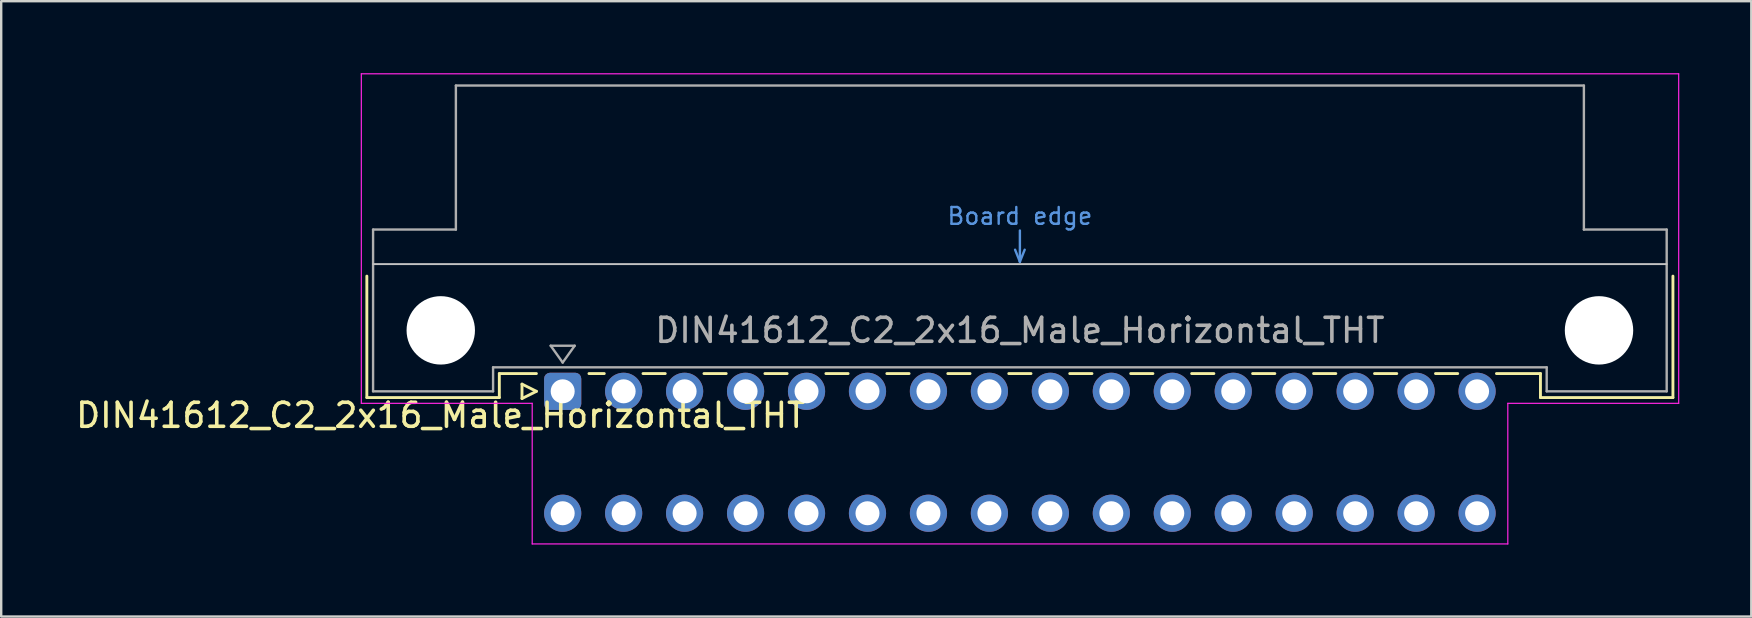
<source format=kicad_pcb>
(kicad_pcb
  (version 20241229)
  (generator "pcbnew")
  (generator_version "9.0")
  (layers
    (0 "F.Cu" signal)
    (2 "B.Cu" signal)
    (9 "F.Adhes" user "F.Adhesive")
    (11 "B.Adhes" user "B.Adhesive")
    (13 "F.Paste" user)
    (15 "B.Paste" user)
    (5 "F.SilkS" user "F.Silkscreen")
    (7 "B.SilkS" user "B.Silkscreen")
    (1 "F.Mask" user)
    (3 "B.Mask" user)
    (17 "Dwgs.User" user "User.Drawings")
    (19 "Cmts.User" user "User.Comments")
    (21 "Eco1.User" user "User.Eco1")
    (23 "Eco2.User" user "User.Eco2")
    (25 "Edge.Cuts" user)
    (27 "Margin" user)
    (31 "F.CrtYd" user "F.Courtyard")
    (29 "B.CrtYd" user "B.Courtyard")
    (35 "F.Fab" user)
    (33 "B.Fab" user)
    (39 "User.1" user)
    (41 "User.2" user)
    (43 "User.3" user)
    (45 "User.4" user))
  (footprint "DIN41612_C2_2x16_Male_Horizontal_THT"
    (layer "F.Cu")
    (at 20.395 13.255)
    (property "Reference" "DIN41612_C2_2x16_Male_Horizontal_THT" (at -5.08 1 0) (layer "F.SilkS") (effects (font (size 1 1) (thickness 0.15))))
    (attr through_hole)
    (fp_line (start -8.16 -4.8) (end -8.16 0.26) (stroke (width 0.12) (type solid)) (layer "F.SilkS"))
    (fp_line (start -8.16 0.26) (end -2.64 0.26) (stroke (width 0.12) (type solid)) (layer "F.SilkS"))
    (fp_line (start -2.64 -0.74) (end -1.095 -0.74) (stroke (width 0.12) (type solid)) (layer "F.SilkS"))
    (fp_line (start -2.64 0.26) (end -2.64 -0.74) (stroke (width 0.12) (type solid)) (layer "F.SilkS"))
    (fp_line (start -1.695 -0.3) (end -1.695 0.3) (stroke (width 0.12) (type solid)) (layer "F.SilkS"))
    (fp_line (start -1.695 0.3) (end -1.095 0) (stroke (width 0.12) (type solid)) (layer "F.SilkS"))
    (fp_line (start -1.095 0) (end -1.695 -0.3) (stroke (width 0.12) (type solid)) (layer "F.SilkS"))
    (fp_line (start 1.095 -0.74) (end 1.733 -0.74) (stroke (width 0.12) (type solid)) (layer "F.SilkS"))
    (fp_line (start 3.347 -0.74) (end 4.273 -0.74) (stroke (width 0.12) (type solid)) (layer "F.SilkS"))
    (fp_line (start 5.887 -0.74) (end 6.813 -0.74) (stroke (width 0.12) (type solid)) (layer "F.SilkS"))
    (fp_line (start 8.427 -0.74) (end 9.353 -0.74) (stroke (width 0.12) (type solid)) (layer "F.SilkS"))
    (fp_line (start 10.967 -0.74) (end 11.893 -0.74) (stroke (width 0.12) (type solid)) (layer "F.SilkS"))
    (fp_line (start 13.507 -0.74) (end 14.433 -0.74) (stroke (width 0.12) (type solid)) (layer "F.SilkS"))
    (fp_line (start 16.047 -0.74) (end 16.973 -0.74) (stroke (width 0.12) (type solid)) (layer "F.SilkS"))
    (fp_line (start 18.587 -0.74) (end 19.513 -0.74) (stroke (width 0.12) (type solid)) (layer "F.SilkS"))
    (fp_line (start 21.127 -0.74) (end 22.053 -0.74) (stroke (width 0.12) (type solid)) (layer "F.SilkS"))
    (fp_line (start 23.667 -0.74) (end 24.593 -0.74) (stroke (width 0.12) (type solid)) (layer "F.SilkS"))
    (fp_line (start 26.207 -0.74) (end 27.133 -0.74) (stroke (width 0.12) (type solid)) (layer "F.SilkS"))
    (fp_line (start 28.747 -0.74) (end 29.673 -0.74) (stroke (width 0.12) (type solid)) (layer "F.SilkS"))
    (fp_line (start 31.287 -0.74) (end 32.213 -0.74) (stroke (width 0.12) (type solid)) (layer "F.SilkS"))
    (fp_line (start 33.827 -0.74) (end 34.753 -0.74) (stroke (width 0.12) (type solid)) (layer "F.SilkS"))
    (fp_line (start 36.367 -0.74) (end 37.293 -0.74) (stroke (width 0.12) (type solid)) (layer "F.SilkS"))
    (fp_line (start 38.907 -0.74) (end 40.74 -0.74) (stroke (width 0.12) (type solid)) (layer "F.SilkS"))
    (fp_line (start 40.74 0.26) (end 40.74 -0.74) (stroke (width 0.12) (type solid)) (layer "F.SilkS"))
    (fp_line (start 46.26 -4.8) (end 46.26 0.26) (stroke (width 0.12) (type solid)) (layer "F.SilkS"))
    (fp_line (start 46.26 0.26) (end 40.74 0.26) (stroke (width 0.12) (type solid)) (layer "F.SilkS"))
    (fp_line (start -7.9 -5.3) (end 46 -5.3) (stroke (width 0.08) (type solid)) (layer "Dwgs.User"))
    (fp_line (start 18.85 -5.9) (end 19.05 -5.4) (stroke (width 0.1) (type solid)) (layer "Cmts.User"))
    (fp_line (start 19.05 -5.4) (end 19.05 -6.7) (stroke (width 0.1) (type solid)) (layer "Cmts.User"))
    (fp_line (start 19.05 -5.4) (end 19.25 -5.9) (stroke (width 0.1) (type solid)) (layer "Cmts.User"))
    (fp_line (start -8.39 -13.23) (end -8.39 0.5) (stroke (width 0.05) (type solid)) (layer "F.CrtYd"))
    (fp_line (start -8.39 0.5) (end -1.27 0.5) (stroke (width 0.05) (type solid)) (layer "F.CrtYd"))
    (fp_line (start -1.27 0.5) (end -1.27 6.36) (stroke (width 0.05) (type solid)) (layer "F.CrtYd"))
    (fp_line (start -1.27 6.36) (end 39.38 6.36) (stroke (width 0.05) (type solid)) (layer "F.CrtYd"))
    (fp_line (start 39.38 0.5) (end 46.5 0.5) (stroke (width 0.05) (type solid)) (layer "F.CrtYd"))
    (fp_line (start 39.38 6.36) (end 39.38 0.5) (stroke (width 0.05) (type solid)) (layer "F.CrtYd"))
    (fp_line (start 46.5 -13.23) (end -8.39 -13.23) (stroke (width 0.05) (type solid)) (layer "F.CrtYd"))
    (fp_line (start 46.5 0.5) (end 46.5 -13.23) (stroke (width 0.05) (type solid)) (layer "F.CrtYd"))
    (fp_line (start -7.9 -6.74) (end -7.9 0) (stroke (width 0.1) (type solid)) (layer "F.Fab"))
    (fp_line (start -7.9 0) (end -2.9 0) (stroke (width 0.1) (type solid)) (layer "F.Fab"))
    (fp_line (start -4.45 -12.74) (end -4.45 -6.74) (stroke (width 0.1) (type solid)) (layer "F.Fab"))
    (fp_line (start -4.45 -6.74) (end -7.9 -6.74) (stroke (width 0.1) (type solid)) (layer "F.Fab"))
    (fp_line (start -2.9 -1) (end 41 -1) (stroke (width 0.1) (type solid)) (layer "F.Fab"))
    (fp_line (start -2.9 0) (end -2.9 -1) (stroke (width 0.1) (type solid)) (layer "F.Fab"))
    (fp_line (start -0.5 -1.9) (end 0.5 -1.9) (stroke (width 0.1) (type solid)) (layer "F.Fab"))
    (fp_line (start 0 -1.2) (end -0.5 -1.9) (stroke (width 0.1) (type solid)) (layer "F.Fab"))
    (fp_line (start 0.5 -1.9) (end 0 -1.2) (stroke (width 0.1) (type solid)) (layer "F.Fab"))
    (fp_line (start 41 -1) (end 41 0) (stroke (width 0.1) (type solid)) (layer "F.Fab"))
    (fp_line (start 41 0) (end 46 0) (stroke (width 0.1) (type solid)) (layer "F.Fab"))
    (fp_line (start 42.55 -12.74) (end -4.45 -12.74) (stroke (width 0.1) (type solid)) (layer "F.Fab"))
    (fp_line (start 42.55 -6.74) (end 42.55 -12.74) (stroke (width 0.1) (type solid)) (layer "F.Fab"))
    (fp_line (start 46 -6.74) (end 42.55 -6.74) (stroke (width 0.1) (type solid)) (layer "F.Fab"))
    (fp_line (start 46 0) (end 46 -6.74) (stroke (width 0.1) (type solid)) (layer "F.Fab"))
    (fp_text user "Board edge" (at 19.05 -7.3 0) (layer "Cmts.User") (effects (font (size 0.7 0.7) (thickness 0.1))))
    (fp_text user "${REFERENCE}" (at 19.05 -2.54 0) (layer "F.Fab") (effects (font (size 1 1) (thickness 0.15))))
    (pad "" np_thru_hole circle (at -5.08 -2.54) (size 2.85 2.85) (drill 2.85) (layers "*.Cu" "*.Mask"))
    (pad "" np_thru_hole circle (at 43.18 -2.54) (size 2.85 2.85) (drill 2.85) (layers "*.Cu" "*.Mask"))
    (pad "a1" thru_hole roundrect (at 0 0) (size 1.55 1.55) (drill 1) (layers "*.Cu" "*.Mask") (roundrect_rratio 0.161))
    (pad "a2" thru_hole circle (at 2.54 0) (size 1.55 1.55) (drill 1) (layers "*.Cu" "*.Mask"))
    (pad "a3" thru_hole circle (at 5.08 0) (size 1.55 1.55) (drill 1) (layers "*.Cu" "*.Mask"))
    (pad "a4" thru_hole circle (at 7.62 0) (size 1.55 1.55) (drill 1) (layers "*.Cu" "*.Mask"))
    (pad "a5" thru_hole circle (at 10.16 0) (size 1.55 1.55) (drill 1) (layers "*.Cu" "*.Mask"))
    (pad "a6" thru_hole circle (at 12.7 0) (size 1.55 1.55) (drill 1) (layers "*.Cu" "*.Mask"))
    (pad "a7" thru_hole circle (at 15.24 0) (size 1.55 1.55) (drill 1) (layers "*.Cu" "*.Mask"))
    (pad "a8" thru_hole circle (at 17.78 0) (size 1.55 1.55) (drill 1) (layers "*.Cu" "*.Mask"))
    (pad "a9" thru_hole circle (at 20.32 0) (size 1.55 1.55) (drill 1) (layers "*.Cu" "*.Mask"))
    (pad "a10" thru_hole circle (at 22.86 0) (size 1.55 1.55) (drill 1) (layers "*.Cu" "*.Mask"))
    (pad "a11" thru_hole circle (at 25.4 0) (size 1.55 1.55) (drill 1) (layers "*.Cu" "*.Mask"))
    (pad "a12" thru_hole circle (at 27.94 0) (size 1.55 1.55) (drill 1) (layers "*.Cu" "*.Mask"))
    (pad "a13" thru_hole circle (at 30.48 0) (size 1.55 1.55) (drill 1) (layers "*.Cu" "*.Mask"))
    (pad "a14" thru_hole circle (at 33.02 0) (size 1.55 1.55) (drill 1) (layers "*.Cu" "*.Mask"))
    (pad "a15" thru_hole circle (at 35.56 0) (size 1.55 1.55) (drill 1) (layers "*.Cu" "*.Mask"))
    (pad "a16" thru_hole circle (at 38.1 0) (size 1.55 1.55) (drill 1) (layers "*.Cu" "*.Mask"))
    (pad "c1" thru_hole circle (at 0 5.08) (size 1.55 1.55) (drill 1) (layers "*.Cu" "*.Mask"))
    (pad "c2" thru_hole circle (at 2.54 5.08) (size 1.55 1.55) (drill 1) (layers "*.Cu" "*.Mask"))
    (pad "c3" thru_hole circle (at 5.08 5.08) (size 1.55 1.55) (drill 1) (layers "*.Cu" "*.Mask"))
    (pad "c4" thru_hole circle (at 7.62 5.08) (size 1.55 1.55) (drill 1) (layers "*.Cu" "*.Mask"))
    (pad "c5" thru_hole circle (at 10.16 5.08) (size 1.55 1.55) (drill 1) (layers "*.Cu" "*.Mask"))
    (pad "c6" thru_hole circle (at 12.7 5.08) (size 1.55 1.55) (drill 1) (layers "*.Cu" "*.Mask"))
    (pad "c7" thru_hole circle (at 15.24 5.08) (size 1.55 1.55) (drill 1) (layers "*.Cu" "*.Mask"))
    (pad "c8" thru_hole circle (at 17.78 5.08) (size 1.55 1.55) (drill 1) (layers "*.Cu" "*.Mask"))
    (pad "c9" thru_hole circle (at 20.32 5.08) (size 1.55 1.55) (drill 1) (layers "*.Cu" "*.Mask"))
    (pad "c10" thru_hole circle (at 22.86 5.08) (size 1.55 1.55) (drill 1) (layers "*.Cu" "*.Mask"))
    (pad "c11" thru_hole circle (at 25.4 5.08) (size 1.55 1.55) (drill 1) (layers "*.Cu" "*.Mask"))
    (pad "c12" thru_hole circle (at 27.94 5.08) (size 1.55 1.55) (drill 1) (layers "*.Cu" "*.Mask"))
    (pad "c13" thru_hole circle (at 30.48 5.08) (size 1.55 1.55) (drill 1) (layers "*.Cu" "*.Mask"))
    (pad "c14" thru_hole circle (at 33.02 5.08) (size 1.55 1.55) (drill 1) (layers "*.Cu" "*.Mask"))
    (pad "c15" thru_hole circle (at 35.56 5.08) (size 1.55 1.55) (drill 1) (layers "*.Cu" "*.Mask"))
    (pad "c16" thru_hole circle (at 38.1 5.08) (size 1.55 1.55) (drill 1) (layers "*.Cu" "*.Mask")))
  (gr_rect
    (start -3 -3)
    (end 69.92 22.64)
    (stroke (width 0.1) (type default))
    (fill no)
    (layer "Edge.Cuts")))
</source>
